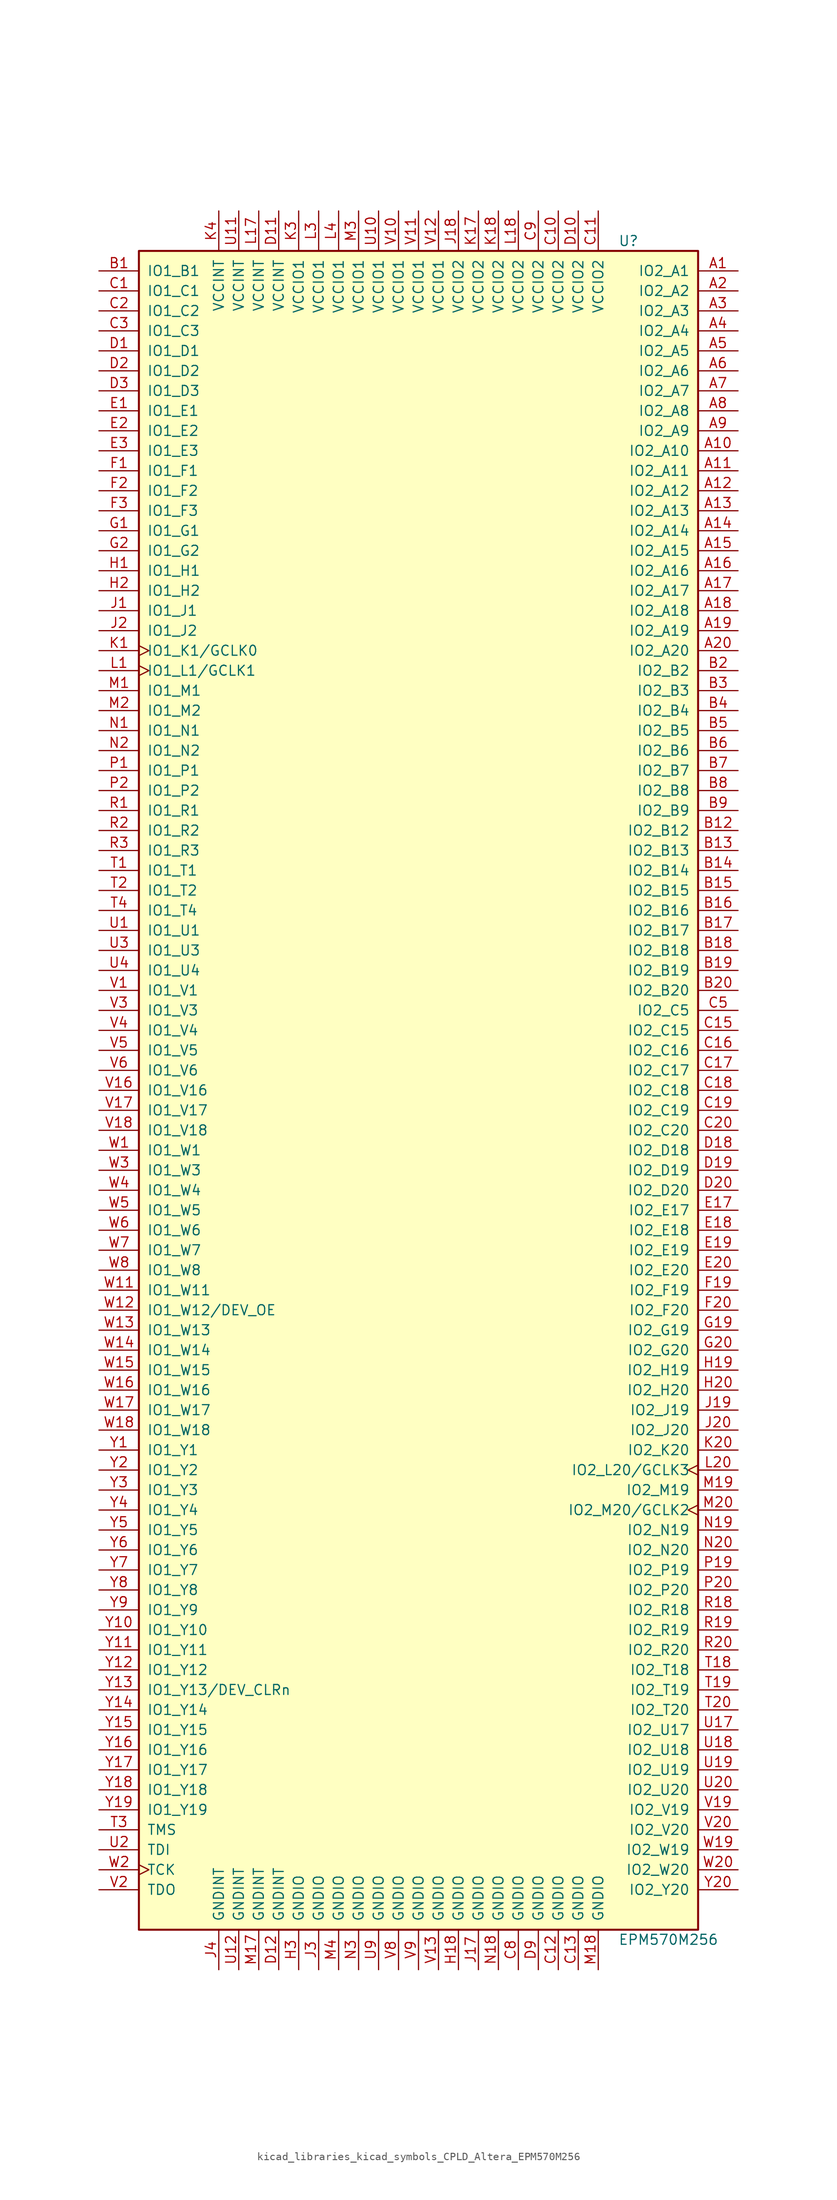
<source format=kicad_sym>
(kicad_symbol_lib
  (version 20220914)
  (generator kicad_symbol_editor)
  (symbol "kicad_libraries_kicad_symbols_CPLD_Altera_EPM570M256"
    (pin_names
      (offset 1.016))
    (property "Reference" "U"
      (at 25.4 107.95 0)
      (effects (font (size 1.27 1.27)) (justify left)))
    (property "Value" "EPM570M256"
      (at 25.4 -107.95 0)
      (effects (font (size 1.27 1.27)) (justify left)))
    (property "ki_locked" ""
      (at 0 0 0)
      (effects (font (size 1.27 1.27))))
    (symbol "kicad_libraries_kicad_symbols_CPLD_Altera_EPM570M256_1_1"
      (rectangle (start -35.56 106.68) (end 35.56 -106.68) (stroke (width 0.254) (type default)) (fill (type background)))
      (pin bidirectional line (at 40.64 104.14 180) (length 5.08) (name "IO2_A1" (effects (font (size 1.27 1.27)))) (number "A1" (effects (font (size 1.27 1.27)))))
      (pin bidirectional line (at 40.64 81.28 180) (length 5.08) (name "IO2_A10" (effects (font (size 1.27 1.27)))) (number "A10" (effects (font (size 1.27 1.27)))))
      (pin bidirectional line (at 40.64 78.74 180) (length 5.08) (name "IO2_A11" (effects (font (size 1.27 1.27)))) (number "A11" (effects (font (size 1.27 1.27)))))
      (pin bidirectional line (at 40.64 76.2 180) (length 5.08) (name "IO2_A12" (effects (font (size 1.27 1.27)))) (number "A12" (effects (font (size 1.27 1.27)))))
      (pin bidirectional line (at 40.64 73.66 180) (length 5.08) (name "IO2_A13" (effects (font (size 1.27 1.27)))) (number "A13" (effects (font (size 1.27 1.27)))))
      (pin bidirectional line (at 40.64 71.12 180) (length 5.08) (name "IO2_A14" (effects (font (size 1.27 1.27)))) (number "A14" (effects (font (size 1.27 1.27)))))
      (pin bidirectional line (at 40.64 68.58 180) (length 5.08) (name "IO2_A15" (effects (font (size 1.27 1.27)))) (number "A15" (effects (font (size 1.27 1.27)))))
      (pin bidirectional line (at 40.64 66.04 180) (length 5.08) (name "IO2_A16" (effects (font (size 1.27 1.27)))) (number "A16" (effects (font (size 1.27 1.27)))))
      (pin bidirectional line (at 40.64 63.5 180) (length 5.08) (name "IO2_A17" (effects (font (size 1.27 1.27)))) (number "A17" (effects (font (size 1.27 1.27)))))
      (pin bidirectional line (at 40.64 60.96 180) (length 5.08) (name "IO2_A18" (effects (font (size 1.27 1.27)))) (number "A18" (effects (font (size 1.27 1.27)))))
      (pin bidirectional line (at 40.64 58.42 180) (length 5.08) (name "IO2_A19" (effects (font (size 1.27 1.27)))) (number "A19" (effects (font (size 1.27 1.27)))))
      (pin bidirectional line (at 40.64 101.6 180) (length 5.08) (name "IO2_A2" (effects (font (size 1.27 1.27)))) (number "A2" (effects (font (size 1.27 1.27)))))
      (pin bidirectional line (at 40.64 55.88 180) (length 5.08) (name "IO2_A20" (effects (font (size 1.27 1.27)))) (number "A20" (effects (font (size 1.27 1.27)))))
      (pin bidirectional line (at 40.64 99.06 180) (length 5.08) (name "IO2_A3" (effects (font (size 1.27 1.27)))) (number "A3" (effects (font (size 1.27 1.27)))))
      (pin bidirectional line (at 40.64 96.52 180) (length 5.08) (name "IO2_A4" (effects (font (size 1.27 1.27)))) (number "A4" (effects (font (size 1.27 1.27)))))
      (pin bidirectional line (at 40.64 93.98 180) (length 5.08) (name "IO2_A5" (effects (font (size 1.27 1.27)))) (number "A5" (effects (font (size 1.27 1.27)))))
      (pin bidirectional line (at 40.64 91.44 180) (length 5.08) (name "IO2_A6" (effects (font (size 1.27 1.27)))) (number "A6" (effects (font (size 1.27 1.27)))))
      (pin bidirectional line (at 40.64 88.9 180) (length 5.08) (name "IO2_A7" (effects (font (size 1.27 1.27)))) (number "A7" (effects (font (size 1.27 1.27)))))
      (pin bidirectional line (at 40.64 86.36 180) (length 5.08) (name "IO2_A8" (effects (font (size 1.27 1.27)))) (number "A8" (effects (font (size 1.27 1.27)))))
      (pin bidirectional line (at 40.64 83.82 180) (length 5.08) (name "IO2_A9" (effects (font (size 1.27 1.27)))) (number "A9" (effects (font (size 1.27 1.27)))))
      (pin bidirectional line (at -40.64 104.14 0) (length 5.08) (name "IO1_B1" (effects (font (size 1.27 1.27)))) (number "B1" (effects (font (size 1.27 1.27)))))
      (pin bidirectional line (at 40.64 33.02 180) (length 5.08) (name "IO2_B12" (effects (font (size 1.27 1.27)))) (number "B12" (effects (font (size 1.27 1.27)))))
      (pin bidirectional line (at 40.64 30.48 180) (length 5.08) (name "IO2_B13" (effects (font (size 1.27 1.27)))) (number "B13" (effects (font (size 1.27 1.27)))))
      (pin bidirectional line (at 40.64 27.94 180) (length 5.08) (name "IO2_B14" (effects (font (size 1.27 1.27)))) (number "B14" (effects (font (size 1.27 1.27)))))
      (pin bidirectional line (at 40.64 25.4 180) (length 5.08) (name "IO2_B15" (effects (font (size 1.27 1.27)))) (number "B15" (effects (font (size 1.27 1.27)))))
      (pin bidirectional line (at 40.64 22.86 180) (length 5.08) (name "IO2_B16" (effects (font (size 1.27 1.27)))) (number "B16" (effects (font (size 1.27 1.27)))))
      (pin bidirectional line (at 40.64 20.32 180) (length 5.08) (name "IO2_B17" (effects (font (size 1.27 1.27)))) (number "B17" (effects (font (size 1.27 1.27)))))
      (pin bidirectional line (at 40.64 17.78 180) (length 5.08) (name "IO2_B18" (effects (font (size 1.27 1.27)))) (number "B18" (effects (font (size 1.27 1.27)))))
      (pin bidirectional line (at 40.64 15.24 180) (length 5.08) (name "IO2_B19" (effects (font (size 1.27 1.27)))) (number "B19" (effects (font (size 1.27 1.27)))))
      (pin bidirectional line (at 40.64 53.34 180) (length 5.08) (name "IO2_B2" (effects (font (size 1.27 1.27)))) (number "B2" (effects (font (size 1.27 1.27)))))
      (pin bidirectional line (at 40.64 12.7 180) (length 5.08) (name "IO2_B20" (effects (font (size 1.27 1.27)))) (number "B20" (effects (font (size 1.27 1.27)))))
      (pin bidirectional line (at 40.64 50.8 180) (length 5.08) (name "IO2_B3" (effects (font (size 1.27 1.27)))) (number "B3" (effects (font (size 1.27 1.27)))))
      (pin bidirectional line (at 40.64 48.26 180) (length 5.08) (name "IO2_B4" (effects (font (size 1.27 1.27)))) (number "B4" (effects (font (size 1.27 1.27)))))
      (pin bidirectional line (at 40.64 45.72 180) (length 5.08) (name "IO2_B5" (effects (font (size 1.27 1.27)))) (number "B5" (effects (font (size 1.27 1.27)))))
      (pin bidirectional line (at 40.64 43.18 180) (length 5.08) (name "IO2_B6" (effects (font (size 1.27 1.27)))) (number "B6" (effects (font (size 1.27 1.27)))))
      (pin bidirectional line (at 40.64 40.64 180) (length 5.08) (name "IO2_B7" (effects (font (size 1.27 1.27)))) (number "B7" (effects (font (size 1.27 1.27)))))
      (pin bidirectional line (at 40.64 38.1 180) (length 5.08) (name "IO2_B8" (effects (font (size 1.27 1.27)))) (number "B8" (effects (font (size 1.27 1.27)))))
      (pin bidirectional line (at 40.64 35.56 180) (length 5.08) (name "IO2_B9" (effects (font (size 1.27 1.27)))) (number "B9" (effects (font (size 1.27 1.27)))))
      (pin bidirectional line (at -40.64 101.6 0) (length 5.08) (name "IO1_C1" (effects (font (size 1.27 1.27)))) (number "C1" (effects (font (size 1.27 1.27)))))
      (pin power_in line (at 17.78 111.76 270) (length 5.08) (name "VCCIO2" (effects (font (size 1.27 1.27)))) (number "C10" (effects (font (size 1.27 1.27)))))
      (pin power_in line (at 22.86 111.76 270) (length 5.08) (name "VCCIO2" (effects (font (size 1.27 1.27)))) (number "C11" (effects (font (size 1.27 1.27)))))
      (pin power_in line (at 17.78 -111.76 90) (length 5.08) (name "GNDIO" (effects (font (size 1.27 1.27)))) (number "C12" (effects (font (size 1.27 1.27)))))
      (pin power_in line (at 20.32 -111.76 90) (length 5.08) (name "GNDIO" (effects (font (size 1.27 1.27)))) (number "C13" (effects (font (size 1.27 1.27)))))
      (pin bidirectional line (at 40.64 7.62 180) (length 5.08) (name "IO2_C15" (effects (font (size 1.27 1.27)))) (number "C15" (effects (font (size 1.27 1.27)))))
      (pin bidirectional line (at 40.64 5.08 180) (length 5.08) (name "IO2_C16" (effects (font (size 1.27 1.27)))) (number "C16" (effects (font (size 1.27 1.27)))))
      (pin bidirectional line (at 40.64 2.54 180) (length 5.08) (name "IO2_C17" (effects (font (size 1.27 1.27)))) (number "C17" (effects (font (size 1.27 1.27)))))
      (pin bidirectional line (at 40.64 0 180) (length 5.08) (name "IO2_C18" (effects (font (size 1.27 1.27)))) (number "C18" (effects (font (size 1.27 1.27)))))
      (pin bidirectional line (at 40.64 -2.54 180) (length 5.08) (name "IO2_C19" (effects (font (size 1.27 1.27)))) (number "C19" (effects (font (size 1.27 1.27)))))
      (pin bidirectional line (at -40.64 99.06 0) (length 5.08) (name "IO1_C2" (effects (font (size 1.27 1.27)))) (number "C2" (effects (font (size 1.27 1.27)))))
      (pin bidirectional line (at 40.64 -5.08 180) (length 5.08) (name "IO2_C20" (effects (font (size 1.27 1.27)))) (number "C20" (effects (font (size 1.27 1.27)))))
      (pin bidirectional line (at -40.64 96.52 0) (length 5.08) (name "IO1_C3" (effects (font (size 1.27 1.27)))) (number "C3" (effects (font (size 1.27 1.27)))))
      (pin bidirectional line (at 40.64 10.16 180) (length 5.08) (name "IO2_C5" (effects (font (size 1.27 1.27)))) (number "C5" (effects (font (size 1.27 1.27)))))
      (pin power_in line (at 12.7 -111.76 90) (length 5.08) (name "GNDIO" (effects (font (size 1.27 1.27)))) (number "C8" (effects (font (size 1.27 1.27)))))
      (pin power_in line (at 15.24 111.76 270) (length 5.08) (name "VCCIO2" (effects (font (size 1.27 1.27)))) (number "C9" (effects (font (size 1.27 1.27)))))
      (pin bidirectional line (at -40.64 93.98 0) (length 5.08) (name "IO1_D1" (effects (font (size 1.27 1.27)))) (number "D1" (effects (font (size 1.27 1.27)))))
      (pin power_in line (at 20.32 111.76 270) (length 5.08) (name "VCCIO2" (effects (font (size 1.27 1.27)))) (number "D10" (effects (font (size 1.27 1.27)))))
      (pin power_in line (at -17.78 111.76 270) (length 5.08) (name "VCCINT" (effects (font (size 1.27 1.27)))) (number "D11" (effects (font (size 1.27 1.27)))))
      (pin power_in line (at -17.78 -111.76 90) (length 5.08) (name "GNDINT" (effects (font (size 1.27 1.27)))) (number "D12" (effects (font (size 1.27 1.27)))))
      (pin bidirectional line (at 40.64 -7.62 180) (length 5.08) (name "IO2_D18" (effects (font (size 1.27 1.27)))) (number "D18" (effects (font (size 1.27 1.27)))))
      (pin bidirectional line (at 40.64 -10.16 180) (length 5.08) (name "IO2_D19" (effects (font (size 1.27 1.27)))) (number "D19" (effects (font (size 1.27 1.27)))))
      (pin bidirectional line (at -40.64 91.44 0) (length 5.08) (name "IO1_D2" (effects (font (size 1.27 1.27)))) (number "D2" (effects (font (size 1.27 1.27)))))
      (pin bidirectional line (at 40.64 -12.7 180) (length 5.08) (name "IO2_D20" (effects (font (size 1.27 1.27)))) (number "D20" (effects (font (size 1.27 1.27)))))
      (pin bidirectional line (at -40.64 88.9 0) (length 5.08) (name "IO1_D3" (effects (font (size 1.27 1.27)))) (number "D3" (effects (font (size 1.27 1.27)))))
      (pin power_in line (at 15.24 -111.76 90) (length 5.08) (name "GNDIO" (effects (font (size 1.27 1.27)))) (number "D9" (effects (font (size 1.27 1.27)))))
      (pin bidirectional line (at -40.64 86.36 0) (length 5.08) (name "IO1_E1" (effects (font (size 1.27 1.27)))) (number "E1" (effects (font (size 1.27 1.27)))))
      (pin bidirectional line (at 40.64 -15.24 180) (length 5.08) (name "IO2_E17" (effects (font (size 1.27 1.27)))) (number "E17" (effects (font (size 1.27 1.27)))))
      (pin bidirectional line (at 40.64 -17.78 180) (length 5.08) (name "IO2_E18" (effects (font (size 1.27 1.27)))) (number "E18" (effects (font (size 1.27 1.27)))))
      (pin bidirectional line (at 40.64 -20.32 180) (length 5.08) (name "IO2_E19" (effects (font (size 1.27 1.27)))) (number "E19" (effects (font (size 1.27 1.27)))))
      (pin bidirectional line (at -40.64 83.82 0) (length 5.08) (name "IO1_E2" (effects (font (size 1.27 1.27)))) (number "E2" (effects (font (size 1.27 1.27)))))
      (pin bidirectional line (at 40.64 -22.86 180) (length 5.08) (name "IO2_E20" (effects (font (size 1.27 1.27)))) (number "E20" (effects (font (size 1.27 1.27)))))
      (pin bidirectional line (at -40.64 81.28 0) (length 5.08) (name "IO1_E3" (effects (font (size 1.27 1.27)))) (number "E3" (effects (font (size 1.27 1.27)))))
      (pin bidirectional line (at -40.64 78.74 0) (length 5.08) (name "IO1_F1" (effects (font (size 1.27 1.27)))) (number "F1" (effects (font (size 1.27 1.27)))))
      (pin bidirectional line (at 40.64 -25.4 180) (length 5.08) (name "IO2_F19" (effects (font (size 1.27 1.27)))) (number "F19" (effects (font (size 1.27 1.27)))))
      (pin bidirectional line (at -40.64 76.2 0) (length 5.08) (name "IO1_F2" (effects (font (size 1.27 1.27)))) (number "F2" (effects (font (size 1.27 1.27)))))
      (pin bidirectional line (at 40.64 -27.94 180) (length 5.08) (name "IO2_F20" (effects (font (size 1.27 1.27)))) (number "F20" (effects (font (size 1.27 1.27)))))
      (pin bidirectional line (at -40.64 73.66 0) (length 5.08) (name "IO1_F3" (effects (font (size 1.27 1.27)))) (number "F3" (effects (font (size 1.27 1.27)))))
      (pin bidirectional line (at -40.64 71.12 0) (length 5.08) (name "IO1_G1" (effects (font (size 1.27 1.27)))) (number "G1" (effects (font (size 1.27 1.27)))))
      (pin bidirectional line (at 40.64 -30.48 180) (length 5.08) (name "IO2_G19" (effects (font (size 1.27 1.27)))) (number "G19" (effects (font (size 1.27 1.27)))))
      (pin bidirectional line (at -40.64 68.58 0) (length 5.08) (name "IO1_G2" (effects (font (size 1.27 1.27)))) (number "G2" (effects (font (size 1.27 1.27)))))
      (pin bidirectional line (at 40.64 -33.02 180) (length 5.08) (name "IO2_G20" (effects (font (size 1.27 1.27)))) (number "G20" (effects (font (size 1.27 1.27)))))
      (pin bidirectional line (at -40.64 66.04 0) (length 5.08) (name "IO1_H1" (effects (font (size 1.27 1.27)))) (number "H1" (effects (font (size 1.27 1.27)))))
      (pin power_in line (at 5.08 -111.76 90) (length 5.08) (name "GNDIO" (effects (font (size 1.27 1.27)))) (number "H18" (effects (font (size 1.27 1.27)))))
      (pin bidirectional line (at 40.64 -35.56 180) (length 5.08) (name "IO2_H19" (effects (font (size 1.27 1.27)))) (number "H19" (effects (font (size 1.27 1.27)))))
      (pin bidirectional line (at -40.64 63.5 0) (length 5.08) (name "IO1_H2" (effects (font (size 1.27 1.27)))) (number "H2" (effects (font (size 1.27 1.27)))))
      (pin bidirectional line (at 40.64 -38.1 180) (length 5.08) (name "IO2_H20" (effects (font (size 1.27 1.27)))) (number "H20" (effects (font (size 1.27 1.27)))))
      (pin power_in line (at -15.24 -111.76 90) (length 5.08) (name "GNDIO" (effects (font (size 1.27 1.27)))) (number "H3" (effects (font (size 1.27 1.27)))))
      (pin bidirectional line (at -40.64 60.96 0) (length 5.08) (name "IO1_J1" (effects (font (size 1.27 1.27)))) (number "J1" (effects (font (size 1.27 1.27)))))
      (pin power_in line (at 7.62 -111.76 90) (length 5.08) (name "GNDIO" (effects (font (size 1.27 1.27)))) (number "J17" (effects (font (size 1.27 1.27)))))
      (pin power_in line (at 5.08 111.76 270) (length 5.08) (name "VCCIO2" (effects (font (size 1.27 1.27)))) (number "J18" (effects (font (size 1.27 1.27)))))
      (pin bidirectional line (at 40.64 -40.64 180) (length 5.08) (name "IO2_J19" (effects (font (size 1.27 1.27)))) (number "J19" (effects (font (size 1.27 1.27)))))
      (pin bidirectional line (at -40.64 58.42 0) (length 5.08) (name "IO1_J2" (effects (font (size 1.27 1.27)))) (number "J2" (effects (font (size 1.27 1.27)))))
      (pin bidirectional line (at 40.64 -43.18 180) (length 5.08) (name "IO2_J20" (effects (font (size 1.27 1.27)))) (number "J20" (effects (font (size 1.27 1.27)))))
      (pin power_in line (at -12.7 -111.76 90) (length 5.08) (name "GNDIO" (effects (font (size 1.27 1.27)))) (number "J3" (effects (font (size 1.27 1.27)))))
      (pin power_in line (at -25.4 -111.76 90) (length 5.08) (name "GNDINT" (effects (font (size 1.27 1.27)))) (number "J4" (effects (font (size 1.27 1.27)))))
      (pin bidirectional clock (at -40.64 55.88 0) (length 5.08) (name "IO1_K1/GCLK0" (effects (font (size 1.27 1.27)))) (number "K1" (effects (font (size 1.27 1.27)))))
      (pin power_in line (at 7.62 111.76 270) (length 5.08) (name "VCCIO2" (effects (font (size 1.27 1.27)))) (number "K17" (effects (font (size 1.27 1.27)))))
      (pin power_in line (at 10.16 111.76 270) (length 5.08) (name "VCCIO2" (effects (font (size 1.27 1.27)))) (number "K18" (effects (font (size 1.27 1.27)))))
      (pin bidirectional line (at 40.64 -45.72 180) (length 5.08) (name "IO2_K20" (effects (font (size 1.27 1.27)))) (number "K20" (effects (font (size 1.27 1.27)))))
      (pin power_in line (at -15.24 111.76 270) (length 5.08) (name "VCCIO1" (effects (font (size 1.27 1.27)))) (number "K3" (effects (font (size 1.27 1.27)))))
      (pin power_in line (at -25.4 111.76 270) (length 5.08) (name "VCCINT" (effects (font (size 1.27 1.27)))) (number "K4" (effects (font (size 1.27 1.27)))))
      (pin bidirectional clock (at -40.64 53.34 0) (length 5.08) (name "IO1_L1/GCLK1" (effects (font (size 1.27 1.27)))) (number "L1" (effects (font (size 1.27 1.27)))))
      (pin power_in line (at -20.32 111.76 270) (length 5.08) (name "VCCINT" (effects (font (size 1.27 1.27)))) (number "L17" (effects (font (size 1.27 1.27)))))
      (pin power_in line (at 12.7 111.76 270) (length 5.08) (name "VCCIO2" (effects (font (size 1.27 1.27)))) (number "L18" (effects (font (size 1.27 1.27)))))
      (pin bidirectional clock (at 40.64 -48.26 180) (length 5.08) (name "IO2_L20/GCLK3" (effects (font (size 1.27 1.27)))) (number "L20" (effects (font (size 1.27 1.27)))))
      (pin power_in line (at -12.7 111.76 270) (length 5.08) (name "VCCIO1" (effects (font (size 1.27 1.27)))) (number "L3" (effects (font (size 1.27 1.27)))))
      (pin power_in line (at -10.16 111.76 270) (length 5.08) (name "VCCIO1" (effects (font (size 1.27 1.27)))) (number "L4" (effects (font (size 1.27 1.27)))))
      (pin bidirectional line (at -40.64 50.8 0) (length 5.08) (name "IO1_M1" (effects (font (size 1.27 1.27)))) (number "M1" (effects (font (size 1.27 1.27)))))
      (pin power_in line (at -20.32 -111.76 90) (length 5.08) (name "GNDINT" (effects (font (size 1.27 1.27)))) (number "M17" (effects (font (size 1.27 1.27)))))
      (pin power_in line (at 22.86 -111.76 90) (length 5.08) (name "GNDIO" (effects (font (size 1.27 1.27)))) (number "M18" (effects (font (size 1.27 1.27)))))
      (pin bidirectional line (at 40.64 -50.8 180) (length 5.08) (name "IO2_M19" (effects (font (size 1.27 1.27)))) (number "M19" (effects (font (size 1.27 1.27)))))
      (pin bidirectional line (at -40.64 48.26 0) (length 5.08) (name "IO1_M2" (effects (font (size 1.27 1.27)))) (number "M2" (effects (font (size 1.27 1.27)))))
      (pin bidirectional clock (at 40.64 -53.34 180) (length 5.08) (name "IO2_M20/GCLK2" (effects (font (size 1.27 1.27)))) (number "M20" (effects (font (size 1.27 1.27)))))
      (pin power_in line (at -7.62 111.76 270) (length 5.08) (name "VCCIO1" (effects (font (size 1.27 1.27)))) (number "M3" (effects (font (size 1.27 1.27)))))
      (pin power_in line (at -10.16 -111.76 90) (length 5.08) (name "GNDIO" (effects (font (size 1.27 1.27)))) (number "M4" (effects (font (size 1.27 1.27)))))
      (pin bidirectional line (at -40.64 45.72 0) (length 5.08) (name "IO1_N1" (effects (font (size 1.27 1.27)))) (number "N1" (effects (font (size 1.27 1.27)))))
      (pin power_in line (at 10.16 -111.76 90) (length 5.08) (name "GNDIO" (effects (font (size 1.27 1.27)))) (number "N18" (effects (font (size 1.27 1.27)))))
      (pin bidirectional line (at 40.64 -55.88 180) (length 5.08) (name "IO2_N19" (effects (font (size 1.27 1.27)))) (number "N19" (effects (font (size 1.27 1.27)))))
      (pin bidirectional line (at -40.64 43.18 0) (length 5.08) (name "IO1_N2" (effects (font (size 1.27 1.27)))) (number "N2" (effects (font (size 1.27 1.27)))))
      (pin bidirectional line (at 40.64 -58.42 180) (length 5.08) (name "IO2_N20" (effects (font (size 1.27 1.27)))) (number "N20" (effects (font (size 1.27 1.27)))))
      (pin power_in line (at -7.62 -111.76 90) (length 5.08) (name "GNDIO" (effects (font (size 1.27 1.27)))) (number "N3" (effects (font (size 1.27 1.27)))))
      (pin bidirectional line (at -40.64 40.64 0) (length 5.08) (name "IO1_P1" (effects (font (size 1.27 1.27)))) (number "P1" (effects (font (size 1.27 1.27)))))
      (pin bidirectional line (at 40.64 -60.96 180) (length 5.08) (name "IO2_P19" (effects (font (size 1.27 1.27)))) (number "P19" (effects (font (size 1.27 1.27)))))
      (pin bidirectional line (at -40.64 38.1 0) (length 5.08) (name "IO1_P2" (effects (font (size 1.27 1.27)))) (number "P2" (effects (font (size 1.27 1.27)))))
      (pin bidirectional line (at 40.64 -63.5 180) (length 5.08) (name "IO2_P20" (effects (font (size 1.27 1.27)))) (number "P20" (effects (font (size 1.27 1.27)))))
      (pin bidirectional line (at -40.64 35.56 0) (length 5.08) (name "IO1_R1" (effects (font (size 1.27 1.27)))) (number "R1" (effects (font (size 1.27 1.27)))))
      (pin bidirectional line (at 40.64 -66.04 180) (length 5.08) (name "IO2_R18" (effects (font (size 1.27 1.27)))) (number "R18" (effects (font (size 1.27 1.27)))))
      (pin bidirectional line (at 40.64 -68.58 180) (length 5.08) (name "IO2_R19" (effects (font (size 1.27 1.27)))) (number "R19" (effects (font (size 1.27 1.27)))))
      (pin bidirectional line (at -40.64 33.02 0) (length 5.08) (name "IO1_R2" (effects (font (size 1.27 1.27)))) (number "R2" (effects (font (size 1.27 1.27)))))
      (pin bidirectional line (at 40.64 -71.12 180) (length 5.08) (name "IO2_R20" (effects (font (size 1.27 1.27)))) (number "R20" (effects (font (size 1.27 1.27)))))
      (pin bidirectional line (at -40.64 30.48 0) (length 5.08) (name "IO1_R3" (effects (font (size 1.27 1.27)))) (number "R3" (effects (font (size 1.27 1.27)))))
      (pin bidirectional line (at -40.64 27.94 0) (length 5.08) (name "IO1_T1" (effects (font (size 1.27 1.27)))) (number "T1" (effects (font (size 1.27 1.27)))))
      (pin bidirectional line (at 40.64 -73.66 180) (length 5.08) (name "IO2_T18" (effects (font (size 1.27 1.27)))) (number "T18" (effects (font (size 1.27 1.27)))))
      (pin bidirectional line (at 40.64 -76.2 180) (length 5.08) (name "IO2_T19" (effects (font (size 1.27 1.27)))) (number "T19" (effects (font (size 1.27 1.27)))))
      (pin bidirectional line (at -40.64 25.4 0) (length 5.08) (name "IO1_T2" (effects (font (size 1.27 1.27)))) (number "T2" (effects (font (size 1.27 1.27)))))
      (pin bidirectional line (at 40.64 -78.74 180) (length 5.08) (name "IO2_T20" (effects (font (size 1.27 1.27)))) (number "T20" (effects (font (size 1.27 1.27)))))
      (pin input line (at -40.64 -93.98 0) (length 5.08) (name "TMS" (effects (font (size 1.27 1.27)))) (number "T3" (effects (font (size 1.27 1.27)))))
      (pin bidirectional line (at -40.64 22.86 0) (length 5.08) (name "IO1_T4" (effects (font (size 1.27 1.27)))) (number "T4" (effects (font (size 1.27 1.27)))))
      (pin bidirectional line (at -40.64 20.32 0) (length 5.08) (name "IO1_U1" (effects (font (size 1.27 1.27)))) (number "U1" (effects (font (size 1.27 1.27)))))
      (pin power_in line (at -5.08 111.76 270) (length 5.08) (name "VCCIO1" (effects (font (size 1.27 1.27)))) (number "U10" (effects (font (size 1.27 1.27)))))
      (pin power_in line (at -22.86 111.76 270) (length 5.08) (name "VCCINT" (effects (font (size 1.27 1.27)))) (number "U11" (effects (font (size 1.27 1.27)))))
      (pin power_in line (at -22.86 -111.76 90) (length 5.08) (name "GNDINT" (effects (font (size 1.27 1.27)))) (number "U12" (effects (font (size 1.27 1.27)))))
      (pin bidirectional line (at 40.64 -81.28 180) (length 5.08) (name "IO2_U17" (effects (font (size 1.27 1.27)))) (number "U17" (effects (font (size 1.27 1.27)))))
      (pin bidirectional line (at 40.64 -83.82 180) (length 5.08) (name "IO2_U18" (effects (font (size 1.27 1.27)))) (number "U18" (effects (font (size 1.27 1.27)))))
      (pin bidirectional line (at 40.64 -86.36 180) (length 5.08) (name "IO2_U19" (effects (font (size 1.27 1.27)))) (number "U19" (effects (font (size 1.27 1.27)))))
      (pin input line (at -40.64 -96.52 0) (length 5.08) (name "TDI" (effects (font (size 1.27 1.27)))) (number "U2" (effects (font (size 1.27 1.27)))))
      (pin bidirectional line (at 40.64 -88.9 180) (length 5.08) (name "IO2_U20" (effects (font (size 1.27 1.27)))) (number "U20" (effects (font (size 1.27 1.27)))))
      (pin bidirectional line (at -40.64 17.78 0) (length 5.08) (name "IO1_U3" (effects (font (size 1.27 1.27)))) (number "U3" (effects (font (size 1.27 1.27)))))
      (pin bidirectional line (at -40.64 15.24 0) (length 5.08) (name "IO1_U4" (effects (font (size 1.27 1.27)))) (number "U4" (effects (font (size 1.27 1.27)))))
      (pin power_in line (at -5.08 -111.76 90) (length 5.08) (name "GNDIO" (effects (font (size 1.27 1.27)))) (number "U9" (effects (font (size 1.27 1.27)))))
      (pin bidirectional line (at -40.64 12.7 0) (length 5.08) (name "IO1_V1" (effects (font (size 1.27 1.27)))) (number "V1" (effects (font (size 1.27 1.27)))))
      (pin power_in line (at -2.54 111.76 270) (length 5.08) (name "VCCIO1" (effects (font (size 1.27 1.27)))) (number "V10" (effects (font (size 1.27 1.27)))))
      (pin power_in line (at 0 111.76 270) (length 5.08) (name "VCCIO1" (effects (font (size 1.27 1.27)))) (number "V11" (effects (font (size 1.27 1.27)))))
      (pin power_in line (at 2.54 111.76 270) (length 5.08) (name "VCCIO1" (effects (font (size 1.27 1.27)))) (number "V12" (effects (font (size 1.27 1.27)))))
      (pin power_in line (at 2.54 -111.76 90) (length 5.08) (name "GNDIO" (effects (font (size 1.27 1.27)))) (number "V13" (effects (font (size 1.27 1.27)))))
      (pin bidirectional line (at -40.64 0 0) (length 5.08) (name "IO1_V16" (effects (font (size 1.27 1.27)))) (number "V16" (effects (font (size 1.27 1.27)))))
      (pin bidirectional line (at -40.64 -2.54 0) (length 5.08) (name "IO1_V17" (effects (font (size 1.27 1.27)))) (number "V17" (effects (font (size 1.27 1.27)))))
      (pin bidirectional line (at -40.64 -5.08 0) (length 5.08) (name "IO1_V18" (effects (font (size 1.27 1.27)))) (number "V18" (effects (font (size 1.27 1.27)))))
      (pin bidirectional line (at 40.64 -91.44 180) (length 5.08) (name "IO2_V19" (effects (font (size 1.27 1.27)))) (number "V19" (effects (font (size 1.27 1.27)))))
      (pin output line (at -40.64 -101.6 0) (length 5.08) (name "TDO" (effects (font (size 1.27 1.27)))) (number "V2" (effects (font (size 1.27 1.27)))))
      (pin bidirectional line (at 40.64 -93.98 180) (length 5.08) (name "IO2_V20" (effects (font (size 1.27 1.27)))) (number "V20" (effects (font (size 1.27 1.27)))))
      (pin bidirectional line (at -40.64 10.16 0) (length 5.08) (name "IO1_V3" (effects (font (size 1.27 1.27)))) (number "V3" (effects (font (size 1.27 1.27)))))
      (pin bidirectional line (at -40.64 7.62 0) (length 5.08) (name "IO1_V4" (effects (font (size 1.27 1.27)))) (number "V4" (effects (font (size 1.27 1.27)))))
      (pin bidirectional line (at -40.64 5.08 0) (length 5.08) (name "IO1_V5" (effects (font (size 1.27 1.27)))) (number "V5" (effects (font (size 1.27 1.27)))))
      (pin bidirectional line (at -40.64 2.54 0) (length 5.08) (name "IO1_V6" (effects (font (size 1.27 1.27)))) (number "V6" (effects (font (size 1.27 1.27)))))
      (pin power_in line (at -2.54 -111.76 90) (length 5.08) (name "GNDIO" (effects (font (size 1.27 1.27)))) (number "V8" (effects (font (size 1.27 1.27)))))
      (pin power_in line (at 0 -111.76 90) (length 5.08) (name "GNDIO" (effects (font (size 1.27 1.27)))) (number "V9" (effects (font (size 1.27 1.27)))))
      (pin bidirectional line (at -40.64 -7.62 0) (length 5.08) (name "IO1_W1" (effects (font (size 1.27 1.27)))) (number "W1" (effects (font (size 1.27 1.27)))))
      (pin bidirectional line (at -40.64 -25.4 0) (length 5.08) (name "IO1_W11" (effects (font (size 1.27 1.27)))) (number "W11" (effects (font (size 1.27 1.27)))))
      (pin bidirectional line (at -40.64 -27.94 0) (length 5.08) (name "IO1_W12/DEV_OE" (effects (font (size 1.27 1.27)))) (number "W12" (effects (font (size 1.27 1.27)))))
      (pin bidirectional line (at -40.64 -30.48 0) (length 5.08) (name "IO1_W13" (effects (font (size 1.27 1.27)))) (number "W13" (effects (font (size 1.27 1.27)))))
      (pin bidirectional line (at -40.64 -33.02 0) (length 5.08) (name "IO1_W14" (effects (font (size 1.27 1.27)))) (number "W14" (effects (font (size 1.27 1.27)))))
      (pin bidirectional line (at -40.64 -35.56 0) (length 5.08) (name "IO1_W15" (effects (font (size 1.27 1.27)))) (number "W15" (effects (font (size 1.27 1.27)))))
      (pin bidirectional line (at -40.64 -38.1 0) (length 5.08) (name "IO1_W16" (effects (font (size 1.27 1.27)))) (number "W16" (effects (font (size 1.27 1.27)))))
      (pin bidirectional line (at -40.64 -40.64 0) (length 5.08) (name "IO1_W17" (effects (font (size 1.27 1.27)))) (number "W17" (effects (font (size 1.27 1.27)))))
      (pin bidirectional line (at -40.64 -43.18 0) (length 5.08) (name "IO1_W18" (effects (font (size 1.27 1.27)))) (number "W18" (effects (font (size 1.27 1.27)))))
      (pin bidirectional line (at 40.64 -96.52 180) (length 5.08) (name "IO2_W19" (effects (font (size 1.27 1.27)))) (number "W19" (effects (font (size 1.27 1.27)))))
      (pin input clock (at -40.64 -99.06 0) (length 5.08) (name "TCK" (effects (font (size 1.27 1.27)))) (number "W2" (effects (font (size 1.27 1.27)))))
      (pin bidirectional line (at 40.64 -99.06 180) (length 5.08) (name "IO2_W20" (effects (font (size 1.27 1.27)))) (number "W20" (effects (font (size 1.27 1.27)))))
      (pin bidirectional line (at -40.64 -10.16 0) (length 5.08) (name "IO1_W3" (effects (font (size 1.27 1.27)))) (number "W3" (effects (font (size 1.27 1.27)))))
      (pin bidirectional line (at -40.64 -12.7 0) (length 5.08) (name "IO1_W4" (effects (font (size 1.27 1.27)))) (number "W4" (effects (font (size 1.27 1.27)))))
      (pin bidirectional line (at -40.64 -15.24 0) (length 5.08) (name "IO1_W5" (effects (font (size 1.27 1.27)))) (number "W5" (effects (font (size 1.27 1.27)))))
      (pin bidirectional line (at -40.64 -17.78 0) (length 5.08) (name "IO1_W6" (effects (font (size 1.27 1.27)))) (number "W6" (effects (font (size 1.27 1.27)))))
      (pin bidirectional line (at -40.64 -20.32 0) (length 5.08) (name "IO1_W7" (effects (font (size 1.27 1.27)))) (number "W7" (effects (font (size 1.27 1.27)))))
      (pin bidirectional line (at -40.64 -22.86 0) (length 5.08) (name "IO1_W8" (effects (font (size 1.27 1.27)))) (number "W8" (effects (font (size 1.27 1.27)))))
      (pin bidirectional line (at -40.64 -45.72 0) (length 5.08) (name "IO1_Y1" (effects (font (size 1.27 1.27)))) (number "Y1" (effects (font (size 1.27 1.27)))))
      (pin bidirectional line (at -40.64 -68.58 0) (length 5.08) (name "IO1_Y10" (effects (font (size 1.27 1.27)))) (number "Y10" (effects (font (size 1.27 1.27)))))
      (pin bidirectional line (at -40.64 -71.12 0) (length 5.08) (name "IO1_Y11" (effects (font (size 1.27 1.27)))) (number "Y11" (effects (font (size 1.27 1.27)))))
      (pin bidirectional line (at -40.64 -73.66 0) (length 5.08) (name "IO1_Y12" (effects (font (size 1.27 1.27)))) (number "Y12" (effects (font (size 1.27 1.27)))))
      (pin bidirectional line (at -40.64 -76.2 0) (length 5.08) (name "IO1_Y13/DEV_CLRn" (effects (font (size 1.27 1.27)))) (number "Y13" (effects (font (size 1.27 1.27)))))
      (pin bidirectional line (at -40.64 -78.74 0) (length 5.08) (name "IO1_Y14" (effects (font (size 1.27 1.27)))) (number "Y14" (effects (font (size 1.27 1.27)))))
      (pin bidirectional line (at -40.64 -81.28 0) (length 5.08) (name "IO1_Y15" (effects (font (size 1.27 1.27)))) (number "Y15" (effects (font (size 1.27 1.27)))))
      (pin bidirectional line (at -40.64 -83.82 0) (length 5.08) (name "IO1_Y16" (effects (font (size 1.27 1.27)))) (number "Y16" (effects (font (size 1.27 1.27)))))
      (pin bidirectional line (at -40.64 -86.36 0) (length 5.08) (name "IO1_Y17" (effects (font (size 1.27 1.27)))) (number "Y17" (effects (font (size 1.27 1.27)))))
      (pin bidirectional line (at -40.64 -88.9 0) (length 5.08) (name "IO1_Y18" (effects (font (size 1.27 1.27)))) (number "Y18" (effects (font (size 1.27 1.27)))))
      (pin bidirectional line (at -40.64 -91.44 0) (length 5.08) (name "IO1_Y19" (effects (font (size 1.27 1.27)))) (number "Y19" (effects (font (size 1.27 1.27)))))
      (pin bidirectional line (at -40.64 -48.26 0) (length 5.08) (name "IO1_Y2" (effects (font (size 1.27 1.27)))) (number "Y2" (effects (font (size 1.27 1.27)))))
      (pin bidirectional line (at 40.64 -101.6 180) (length 5.08) (name "IO2_Y20" (effects (font (size 1.27 1.27)))) (number "Y20" (effects (font (size 1.27 1.27)))))
      (pin bidirectional line (at -40.64 -50.8 0) (length 5.08) (name "IO1_Y3" (effects (font (size 1.27 1.27)))) (number "Y3" (effects (font (size 1.27 1.27)))))
      (pin bidirectional line (at -40.64 -53.34 0) (length 5.08) (name "IO1_Y4" (effects (font (size 1.27 1.27)))) (number "Y4" (effects (font (size 1.27 1.27)))))
      (pin bidirectional line (at -40.64 -55.88 0) (length 5.08) (name "IO1_Y5" (effects (font (size 1.27 1.27)))) (number "Y5" (effects (font (size 1.27 1.27)))))
      (pin bidirectional line (at -40.64 -58.42 0) (length 5.08) (name "IO1_Y6" (effects (font (size 1.27 1.27)))) (number "Y6" (effects (font (size 1.27 1.27)))))
      (pin bidirectional line (at -40.64 -60.96 0) (length 5.08) (name "IO1_Y7" (effects (font (size 1.27 1.27)))) (number "Y7" (effects (font (size 1.27 1.27)))))
      (pin bidirectional line (at -40.64 -63.5 0) (length 5.08) (name "IO1_Y8" (effects (font (size 1.27 1.27)))) (number "Y8" (effects (font (size 1.27 1.27)))))
      (pin bidirectional line (at -40.64 -66.04 0) (length 5.08) (name "IO1_Y9" (effects (font (size 1.27 1.27)))) (number "Y9" (effects (font (size 1.27 1.27))))))))
</source>
